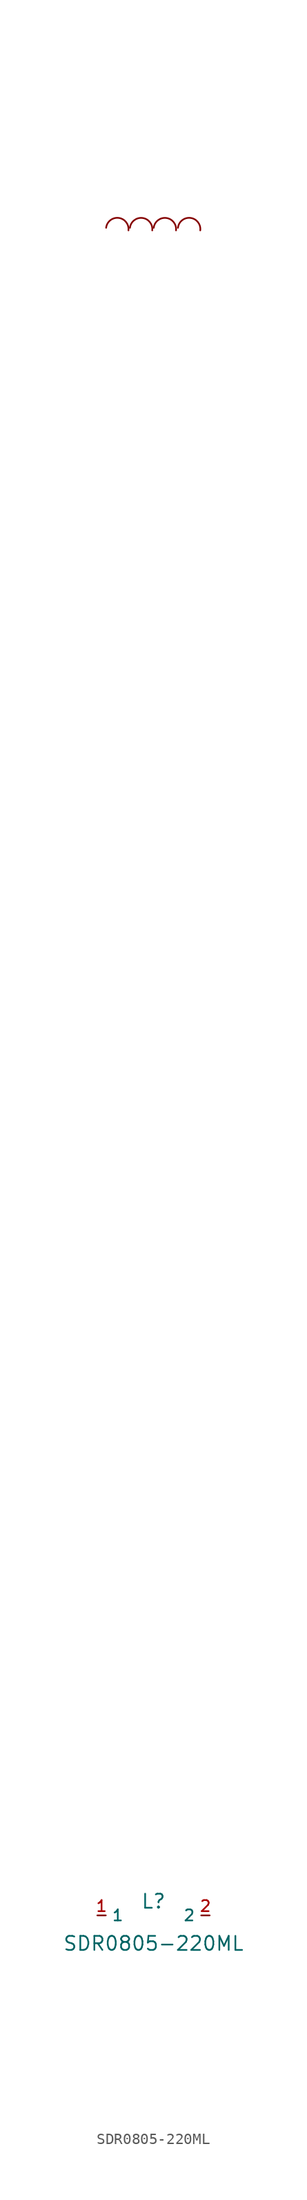
<source format=kicad_sym>
(kicad_symbol_lib
  (version 20210201)
  (generator TousstNicolas/JLC2KiCad_lib)
  (symbol "SDR0805-220ML"
    (property "Reference" "L"
      (at 0 1.27 0)
      (effects (font (size 1.27 1.27))))
    (property "Value" "SDR0805-220ML"
      (at 0 -2.54 0)
      (effects (font (size 1.27 1.27))))
    (symbol "SDR0805-220ML_0_1"
      (pin unspecified line (at 5.08 -0.0 180) (length 0.762) (name "2" (effects (font (size 1 1)))) (number "2" (effects (font (size 1 1)))))
      (pin unspecified line (at -5.08 -0.0 0) (length 0.762) (name "1" (effects (font (size 1 1)))) (number "1" (effects (font (size 1 1)))))
      (arc (start -2.2675798317689098 152.26577474375057) (mid -3.1589675383294846 153.39269454626879) (end -4.285887329344515 152.50130682516553) (stroke (width 0) (type default) (color 0 0 0 0)) (fill (type none)))
      (arc (start -0.11289020511819081 152.26516817215807) (mid -1.0043096562459306 153.39206286199257) (end -2.131204336687783 152.50064339899106) (stroke (width 0) (type default) (color 0 0 0 0)) (fill (type none)))
      (arc (start 2.037732096126408 152.26516817215807) (mid 1.146312644998668 153.39206286199257) (end 0.019417964556815614 152.50064339899106) (stroke (width 0) (type default) (color 0 0 0 0)) (fill (type none)))
      (arc (start 4.230518481699189 152.26567617317409) (mid 3.339099030571449 153.3925708630086) (end 2.2122043501295967 152.50115140000707) (stroke (width 0) (type default) (color 0 0 0 0)) (fill (type none))))))
</source>
